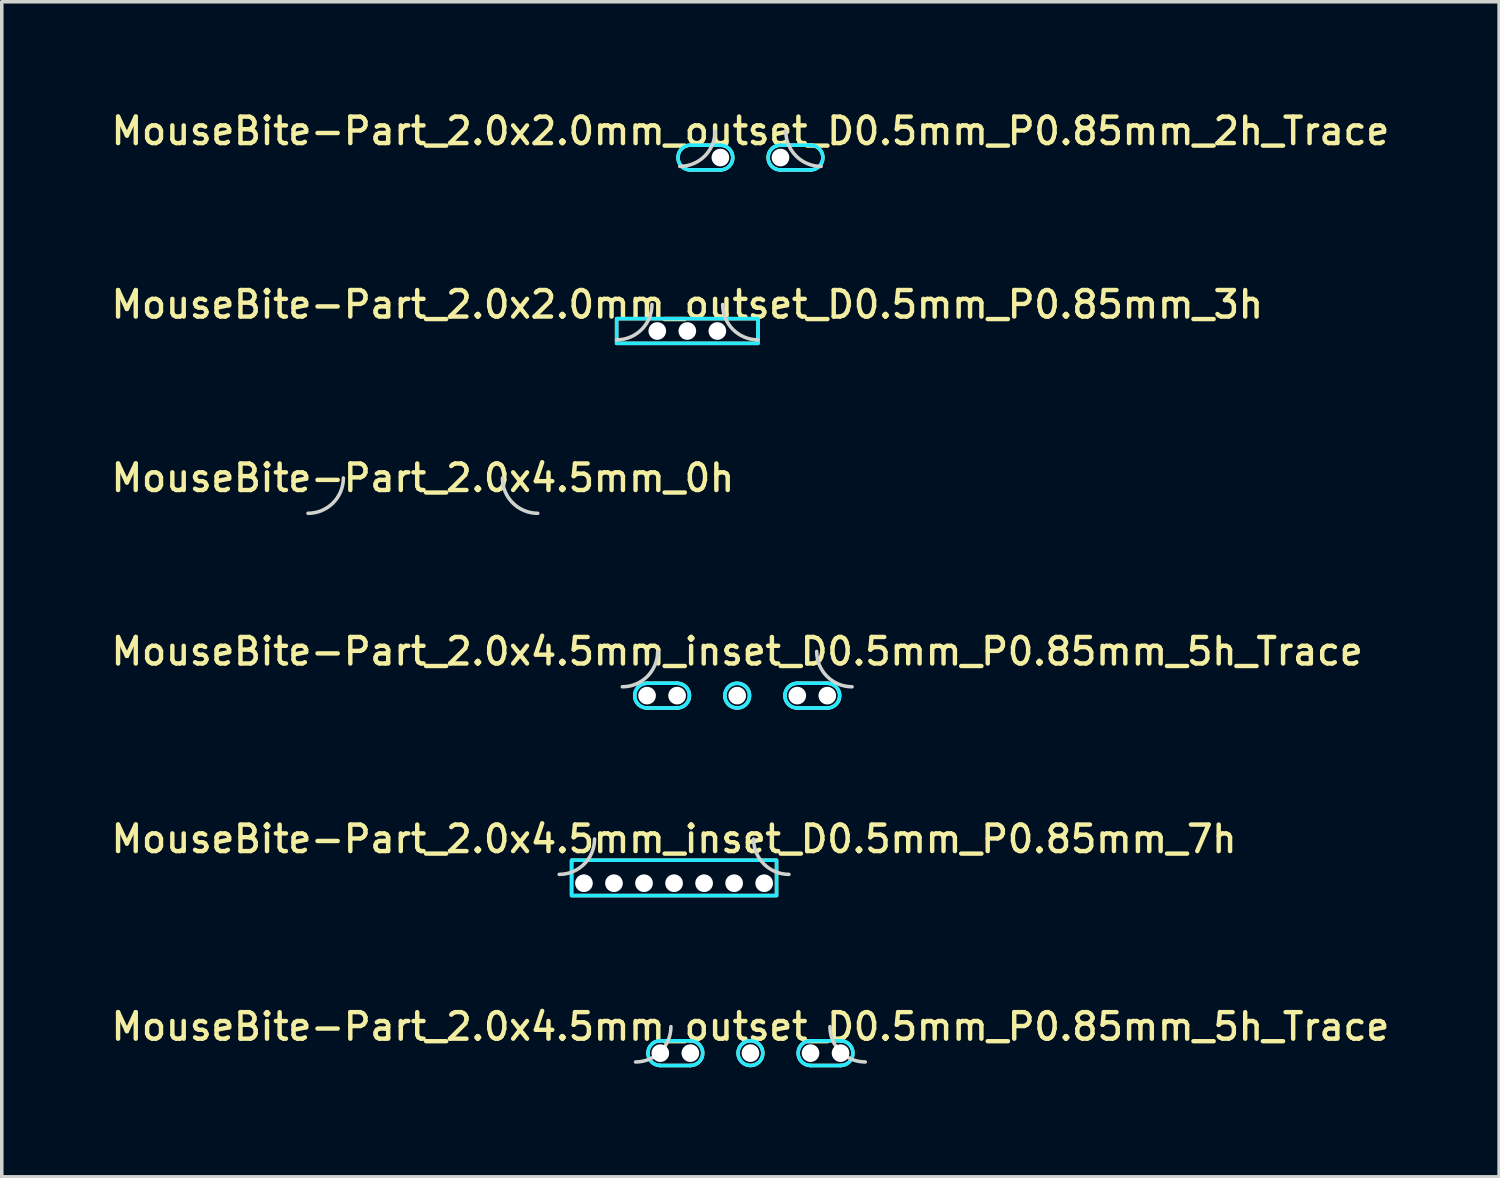
<source format=kicad_pcb>
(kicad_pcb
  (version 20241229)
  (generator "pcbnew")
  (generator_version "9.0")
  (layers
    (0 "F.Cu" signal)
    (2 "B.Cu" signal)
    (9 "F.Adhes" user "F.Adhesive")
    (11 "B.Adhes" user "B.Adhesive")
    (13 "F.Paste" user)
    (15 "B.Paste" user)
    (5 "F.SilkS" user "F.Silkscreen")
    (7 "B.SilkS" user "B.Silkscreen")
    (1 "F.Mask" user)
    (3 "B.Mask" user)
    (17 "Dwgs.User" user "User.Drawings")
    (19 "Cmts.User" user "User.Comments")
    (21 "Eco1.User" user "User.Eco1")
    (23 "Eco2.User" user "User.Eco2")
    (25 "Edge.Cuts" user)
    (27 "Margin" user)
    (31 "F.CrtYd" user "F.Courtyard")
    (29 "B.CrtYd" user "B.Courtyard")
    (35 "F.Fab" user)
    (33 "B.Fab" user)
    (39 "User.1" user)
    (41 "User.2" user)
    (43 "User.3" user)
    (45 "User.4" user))
  (footprint "MouseBite-Part_2.0x4.5mm_outset_D0.5mm_P0.85mm_5h_Trace"
    (layer "F.Cu")
    (at 18.184 26.999)
    (property "Reference" "MouseBite-Part_2.0x4.5mm_outset_D0.5mm_P0.85mm_5h_Trace" (at 0 -1 0) (layer "F.SilkS") (effects (font (size 0.75 0.75) (thickness 0.125))))
    (attr board_only exclude_from_pos_files exclude_from_bom dnp)
    (fp_line (start -2.55 0.1) (end -1.7 0.1) (stroke (width 0.1) (type solid)) (layer "F.SilkS"))
    (fp_line (start -1.7 -0.6) (end -2.55 -0.6) (stroke (width 0.1) (type solid)) (layer "F.SilkS"))
    (fp_line (start 1.7 0.1) (end 2.55 0.1) (stroke (width 0.1) (type solid)) (layer "F.SilkS"))
    (fp_line (start 2.55 -0.6) (end 1.7 -0.6) (stroke (width 0.1) (type solid)) (layer "F.SilkS"))
    (fp_arc (start -2.55 0.1) (mid -2.9 -0.25) (end -2.55 -0.6) (stroke (width 0.1) (type solid)) (layer "F.SilkS"))
    (fp_arc (start -1.7 -0.6) (mid -1.35 -0.25) (end -1.7 0.1) (stroke (width 0.1) (type solid)) (layer "F.SilkS"))
    (fp_arc (start 1.7 0.1) (mid 1.35 -0.25) (end 1.7 -0.6) (stroke (width 0.1) (type solid)) (layer "F.SilkS"))
    (fp_arc (start 2.55 -0.6) (mid 2.9 -0.25) (end 2.55 0.1) (stroke (width 0.1) (type solid)) (layer "F.SilkS"))
    (fp_circle (center 0 -0.25) (end 0.35 -0.25) (stroke (width 0.1) (type solid)) (fill no) (layer "F.SilkS"))
    (fp_arc (start -2.25 -1) (mid -2.542893 -0.292893) (end -3.25 0) (stroke (width 0.1) (type solid)) (layer "Edge.Cuts"))
    (fp_arc (start 3.25 0) (mid 2.542893 -0.292893) (end 2.25 -1) (stroke (width 0.1) (type solid)) (layer "Edge.Cuts"))
    (fp_line (start -2.55 0.1) (end -1.7 0.1) (stroke (width 0.1) (type solid)) (layer "B.CrtYd"))
    (fp_line (start -1.7 -0.6) (end -2.55 -0.6) (stroke (width 0.1) (type solid)) (layer "B.CrtYd"))
    (fp_line (start 1.7 0.1) (end 2.55 0.1) (stroke (width 0.1) (type solid)) (layer "B.CrtYd"))
    (fp_line (start 2.55 -0.6) (end 1.7 -0.6) (stroke (width 0.1) (type solid)) (layer "B.CrtYd"))
    (fp_arc (start -2.55 0.1) (mid -2.9 -0.25) (end -2.55 -0.6) (stroke (width 0.1) (type solid)) (layer "B.CrtYd"))
    (fp_arc (start -1.7 -0.6) (mid -1.35 -0.25) (end -1.7 0.1) (stroke (width 0.1) (type solid)) (layer "B.CrtYd"))
    (fp_arc (start 1.7 0.1) (mid 1.35 -0.25) (end 1.7 -0.6) (stroke (width 0.1) (type solid)) (layer "B.CrtYd"))
    (fp_arc (start 2.55 -0.6) (mid 2.9 -0.25) (end 2.55 0.1) (stroke (width 0.1) (type solid)) (layer "B.CrtYd"))
    (fp_circle (center 0 -0.25) (end 0.35 -0.25) (stroke (width 0.1) (type solid)) (fill no) (layer "B.CrtYd"))
    (pad "" np_thru_hole circle (at -2.55 -0.25 180) (size 0.5 0.5) (drill 0.5) (layers "*.Cu" "*.Mask"))
    (pad "" np_thru_hole circle (at -1.7 -0.25 180) (size 0.5 0.5) (drill 0.5) (layers "*.Cu" "*.Mask"))
    (pad "" np_thru_hole circle (at 0 -0.25 180) (size 0.5 0.5) (drill 0.5) (layers "*.Cu" "*.Mask"))
    (pad "" np_thru_hole circle (at 1.7 -0.25 180) (size 0.5 0.5) (drill 0.5) (layers "*.Cu" "*.Mask"))
    (pad "" np_thru_hole circle (at 2.55 -0.25 180) (size 0.5 0.5) (drill 0.5) (layers "*.Cu" "*.Mask")))
  (footprint "MouseBite-Part_2.0x2.0mm_outset_D0.5mm_P0.85mm_2h_Trace"
    (layer "F.Cu")
    (at 18.184 1.658)
    (property "Reference" "MouseBite-Part_2.0x2.0mm_outset_D0.5mm_P0.85mm_2h_Trace" (at 0 -1 0) (layer "F.SilkS") (effects (font (size 0.75 0.75) (thickness 0.125))))
    (attr board_only exclude_from_pos_files exclude_from_bom dnp)
    (fp_line (start -1.7 0.1) (end -0.85 0.1) (stroke (width 0.1) (type solid)) (layer "F.SilkS"))
    (fp_line (start -0.85 -0.6) (end -1.7 -0.6) (stroke (width 0.1) (type solid)) (layer "F.SilkS"))
    (fp_line (start 0.85 0.1) (end 1.7 0.1) (stroke (width 0.1) (type solid)) (layer "F.SilkS"))
    (fp_line (start 1.7 -0.6) (end 0.85 -0.6) (stroke (width 0.1) (type solid)) (layer "F.SilkS"))
    (fp_arc (start -1.7 0.1) (mid -2.05 -0.25) (end -1.7 -0.6) (stroke (width 0.1) (type solid)) (layer "F.SilkS"))
    (fp_arc (start -0.85 -0.6) (mid -0.5 -0.25) (end -0.85 0.1) (stroke (width 0.1) (type solid)) (layer "F.SilkS"))
    (fp_arc (start 0.85 0.1) (mid 0.5 -0.25) (end 0.85 -0.6) (stroke (width 0.1) (type solid)) (layer "F.SilkS"))
    (fp_arc (start 1.7 -0.6) (mid 2.05 -0.25) (end 1.7 0.1) (stroke (width 0.1) (type solid)) (layer "F.SilkS"))
    (fp_arc (start -1 -1) (mid -1.292893 -0.292893) (end -2 0) (stroke (width 0.1) (type solid)) (layer "Edge.Cuts"))
    (fp_arc (start 2 0) (mid 1.292893 -0.292893) (end 1 -1) (stroke (width 0.1) (type solid)) (layer "Edge.Cuts"))
    (fp_line (start -1.7 0.1) (end -0.85 0.1) (stroke (width 0.1) (type solid)) (layer "B.CrtYd"))
    (fp_line (start -0.85 -0.6) (end -1.7 -0.6) (stroke (width 0.1) (type solid)) (layer "B.CrtYd"))
    (fp_line (start 0.85 0.1) (end 1.7 0.1) (stroke (width 0.1) (type solid)) (layer "B.CrtYd"))
    (fp_line (start 1.7 -0.6) (end 0.85 -0.6) (stroke (width 0.1) (type solid)) (layer "B.CrtYd"))
    (fp_arc (start -1.7 0.1) (mid -2.05 -0.25) (end -1.7 -0.6) (stroke (width 0.1) (type solid)) (layer "B.CrtYd"))
    (fp_arc (start -0.85 -0.6) (mid -0.5 -0.25) (end -0.85 0.1) (stroke (width 0.1) (type solid)) (layer "B.CrtYd"))
    (fp_arc (start 0.85 0.1) (mid 0.5 -0.25) (end 0.85 -0.6) (stroke (width 0.1) (type solid)) (layer "B.CrtYd"))
    (fp_arc (start 1.7 -0.6) (mid 2.05 -0.25) (end 1.7 0.1) (stroke (width 0.1) (type solid)) (layer "B.CrtYd"))
    (pad "" np_thru_hole circle (at -0.85 -0.25 180) (size 0.5 0.5) (drill 0.5) (layers "*.Cu" "*.Mask"))
    (pad "" np_thru_hole circle (at 0.85 -0.25 180) (size 0.5 0.5) (drill 0.5) (layers "*.Cu" "*.Mask")))
  (footprint "MouseBite-Part_2.0x4.5mm_inset_D0.5mm_P0.85mm_7h"
    (layer "F.Cu")
    (at 16.023 21.691)
    (property "Reference" "MouseBite-Part_2.0x4.5mm_inset_D0.5mm_P0.85mm_7h" (at 0 -1 0) (layer "F.SilkS") (effects (font (size 0.75 0.75) (thickness 0.125))))
    (attr board_only exclude_from_pos_files exclude_from_bom dnp)
    (fp_rect (start -2.9 -0.4) (end 2.9 0.6) (stroke (width 0.1) (type solid)) (fill no) (layer "F.SilkS"))
    (fp_arc (start -2.25 -1) (mid -2.542893 -0.292893) (end -3.25 0) (stroke (width 0.1) (type solid)) (layer "Edge.Cuts"))
    (fp_arc (start 3.25 0) (mid 2.542893 -0.292893) (end 2.25 -1) (stroke (width 0.1) (type solid)) (layer "Edge.Cuts"))
    (fp_rect (start -2.9 -0.4) (end 2.9 0.6) (stroke (width 0.1) (type solid)) (fill no) (layer "B.CrtYd"))
    (pad "" np_thru_hole circle (at -2.55 0.25 180) (size 0.5 0.5) (drill 0.5) (layers "*.Cu" "*.Mask"))
    (pad "" np_thru_hole circle (at -1.7 0.25 180) (size 0.5 0.5) (drill 0.5) (layers "*.Cu" "*.Mask"))
    (pad "" np_thru_hole circle (at -0.85 0.25 180) (size 0.5 0.5) (drill 0.5) (layers "*.Cu" "*.Mask"))
    (pad "" np_thru_hole circle (at 0 0.25 180) (size 0.5 0.5) (drill 0.5) (layers "*.Cu" "*.Mask"))
    (pad "" np_thru_hole circle (at 0.85 0.25 180) (size 0.5 0.5) (drill 0.5) (layers "*.Cu" "*.Mask"))
    (pad "" np_thru_hole circle (at 1.7 0.25 180) (size 0.5 0.5) (drill 0.5) (layers "*.Cu" "*.Mask"))
    (pad "" np_thru_hole circle (at 2.55 0.25 180) (size 0.5 0.5) (drill 0.5) (layers "*.Cu" "*.Mask")))
  (footprint "MouseBite-Part_2.0x4.5mm_0h"
    (layer "F.Cu")
    (at 8.916 11.474)
    (property "Reference" "MouseBite-Part_2.0x4.5mm_0h" (at 0 -1 0) (layer "F.SilkS") (effects (font (size 0.75 0.75) (thickness 0.125))))
    (attr board_only exclude_from_pos_files exclude_from_bom dnp)
    (fp_arc (start -2.25 -1) (mid -2.542893 -0.292893) (end -3.25 0) (stroke (width 0.1) (type solid)) (layer "Edge.Cuts"))
    (fp_arc (start 3.25 0) (mid 2.542893 -0.292893) (end 2.25 -1) (stroke (width 0.1) (type solid)) (layer "Edge.Cuts")))
  (footprint "MouseBite-Part_2.0x4.5mm_inset_D0.5mm_P0.85mm_5h_Trace"
    (layer "F.Cu")
    (at 17.809 16.383)
    (property "Reference" "MouseBite-Part_2.0x4.5mm_inset_D0.5mm_P0.85mm_5h_Trace" (at 0 -1 0) (layer "F.SilkS") (effects (font (size 0.75 0.75) (thickness 0.125))))
    (attr board_only exclude_from_pos_files exclude_from_bom dnp)
    (fp_line (start -2.55 0.6) (end -1.7 0.6) (stroke (width 0.1) (type solid)) (layer "F.SilkS"))
    (fp_line (start -1.7 -0.1) (end -2.55 -0.1) (stroke (width 0.1) (type solid)) (layer "F.SilkS"))
    (fp_line (start 1.7 0.6) (end 2.55 0.6) (stroke (width 0.1) (type solid)) (layer "F.SilkS"))
    (fp_line (start 2.55 -0.1) (end 1.7 -0.1) (stroke (width 0.1) (type solid)) (layer "F.SilkS"))
    (fp_arc (start -2.55 0.6) (mid -2.9 0.25) (end -2.55 -0.1) (stroke (width 0.1) (type solid)) (layer "F.SilkS"))
    (fp_arc (start -1.7 -0.1) (mid -1.35 0.25) (end -1.7 0.6) (stroke (width 0.1) (type solid)) (layer "F.SilkS"))
    (fp_arc (start 1.7 0.6) (mid 1.35 0.25) (end 1.7 -0.1) (stroke (width 0.1) (type solid)) (layer "F.SilkS"))
    (fp_arc (start 2.55 -0.1) (mid 2.9 0.25) (end 2.55 0.6) (stroke (width 0.1) (type solid)) (layer "F.SilkS"))
    (fp_circle (center 0 0.25) (end 0.35 0.25) (stroke (width 0.1) (type solid)) (fill no) (layer "F.SilkS"))
    (fp_arc (start -2.25 -1) (mid -2.542893 -0.292893) (end -3.25 0) (stroke (width 0.1) (type solid)) (layer "Edge.Cuts"))
    (fp_arc (start 3.25 0) (mid 2.542893 -0.292893) (end 2.25 -1) (stroke (width 0.1) (type solid)) (layer "Edge.Cuts"))
    (fp_line (start -2.55 0.6) (end -1.7 0.6) (stroke (width 0.1) (type solid)) (layer "B.CrtYd"))
    (fp_line (start -1.7 -0.1) (end -2.55 -0.1) (stroke (width 0.1) (type solid)) (layer "B.CrtYd"))
    (fp_line (start 1.7 0.6) (end 2.55 0.6) (stroke (width 0.1) (type solid)) (layer "B.CrtYd"))
    (fp_line (start 2.55 -0.1) (end 1.7 -0.1) (stroke (width 0.1) (type solid)) (layer "B.CrtYd"))
    (fp_arc (start -2.55 0.6) (mid -2.9 0.25) (end -2.55 -0.1) (stroke (width 0.1) (type solid)) (layer "B.CrtYd"))
    (fp_arc (start -1.7 -0.1) (mid -1.35 0.25) (end -1.7 0.6) (stroke (width 0.1) (type solid)) (layer "B.CrtYd"))
    (fp_arc (start 1.7 0.6) (mid 1.35 0.25) (end 1.7 -0.1) (stroke (width 0.1) (type solid)) (layer "B.CrtYd"))
    (fp_arc (start 2.55 -0.1) (mid 2.9 0.25) (end 2.55 0.6) (stroke (width 0.1) (type solid)) (layer "B.CrtYd"))
    (fp_circle (center 0 0.25) (end 0.35 0.25) (stroke (width 0.1) (type solid)) (fill no) (layer "B.CrtYd"))
    (pad "" np_thru_hole circle (at -2.55 0.25 180) (size 0.5 0.5) (drill 0.5) (layers "*.Cu" "*.Mask"))
    (pad "" np_thru_hole circle (at -1.7 0.25 180) (size 0.5 0.5) (drill 0.5) (layers "*.Cu" "*.Mask"))
    (pad "" np_thru_hole circle (at 0 0.25 180) (size 0.5 0.5) (drill 0.5) (layers "*.Cu" "*.Mask"))
    (pad "" np_thru_hole circle (at 1.7 0.25 180) (size 0.5 0.5) (drill 0.5) (layers "*.Cu" "*.Mask"))
    (pad "" np_thru_hole circle (at 2.55 0.25 180) (size 0.5 0.5) (drill 0.5) (layers "*.Cu" "*.Mask")))
  (footprint "MouseBite-Part_2.0x2.0mm_outset_D0.5mm_P0.85mm_3h"
    (layer "F.Cu")
    (at 16.398 6.566)
    (property "Reference" "MouseBite-Part_2.0x2.0mm_outset_D0.5mm_P0.85mm_3h" (at 0 -1 0) (layer "F.SilkS") (effects (font (size 0.75 0.75) (thickness 0.125))))
    (attr board_only exclude_from_pos_files exclude_from_bom dnp)
    (fp_rect (start -2 -0.6) (end 2 0.1) (stroke (width 0.1) (type solid)) (fill no) (layer "F.SilkS"))
    (fp_arc (start -1 -1) (mid -1.292893 -0.292893) (end -2 0) (stroke (width 0.1) (type solid)) (layer "Edge.Cuts"))
    (fp_arc (start 2 0) (mid 1.292893 -0.292893) (end 1 -1) (stroke (width 0.1) (type solid)) (layer "Edge.Cuts"))
    (fp_rect (start -2 -0.6) (end 2 0.1) (stroke (width 0.1) (type solid)) (fill no) (layer "B.CrtYd"))
    (pad "" np_thru_hole circle (at -0.85 -0.25 180) (size 0.5 0.5) (drill 0.5) (layers "*.Cu" "*.Mask"))
    (pad "" np_thru_hole circle (at 0 -0.25 180) (size 0.5 0.5) (drill 0.5) (layers "*.Cu" "*.Mask"))
    (pad "" np_thru_hole circle (at 0.85 -0.25 180) (size 0.5 0.5) (drill 0.5) (layers "*.Cu" "*.Mask")))
  (gr_rect
    (start -3 -3)
    (end 39.368 30.249)
    (stroke (width 0.1) (type default))
    (fill no)
    (layer "Edge.Cuts")))
</source>
